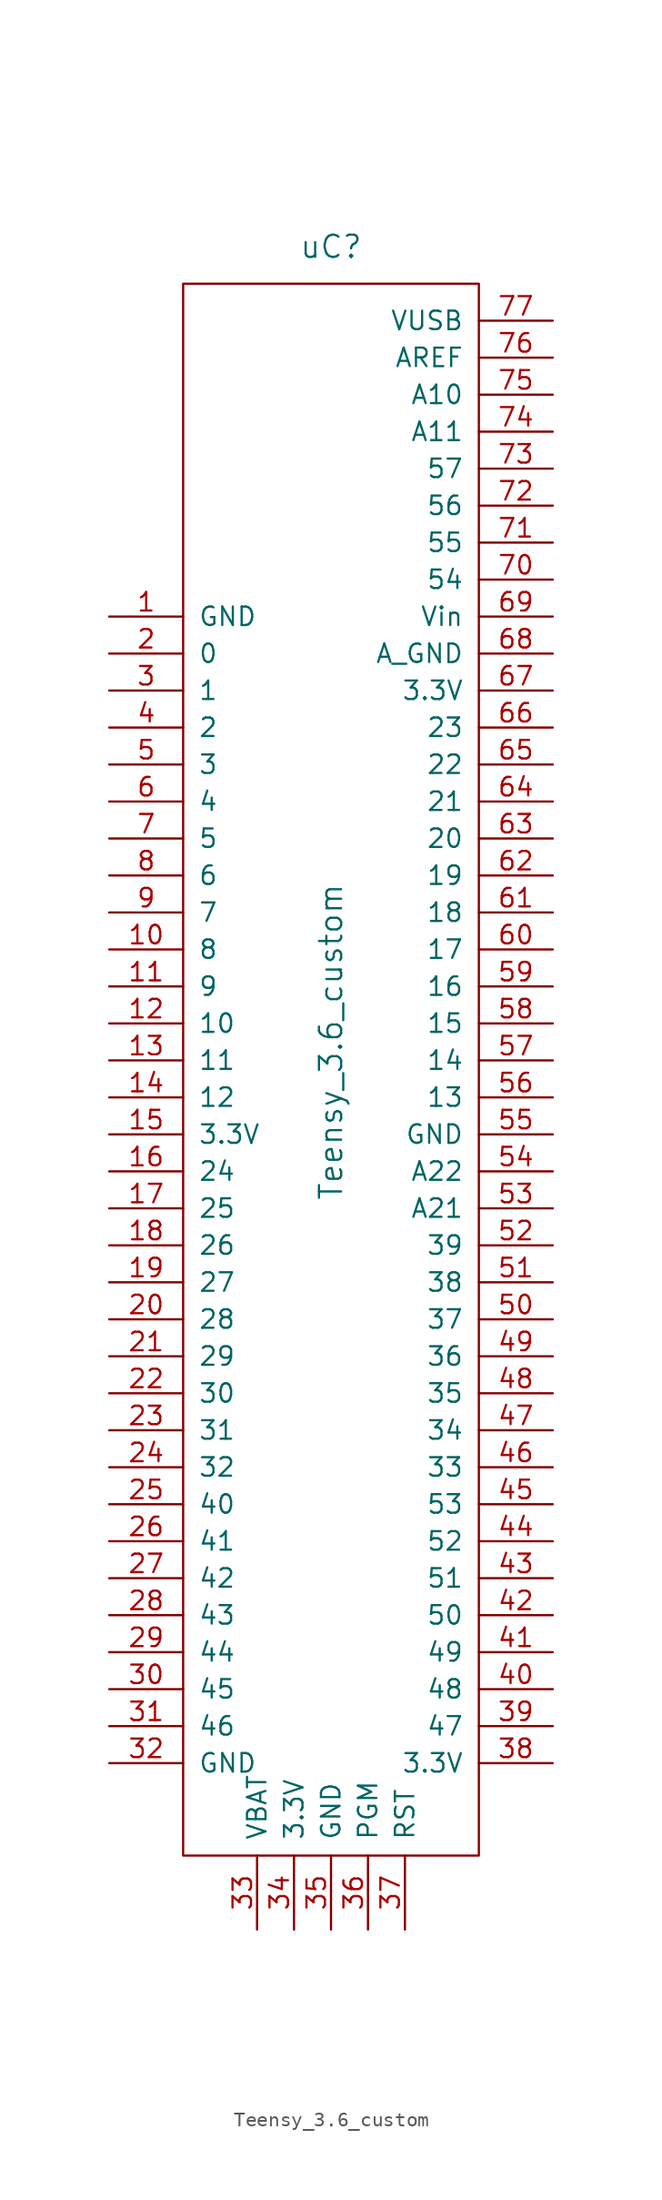
<source format=kicad_sym>
(kicad_symbol_lib
  (version 20220914)
  (generator kicad_symbol_editor)
  (symbol "Teensy_3.6_custom"
    (pin_names
      (offset 1.016))
    (property "Reference" "uC"
      (at 0 2.54 0)
      (effects (font (size 1.524 1.524))))
    (property "Value" "Teensy_3.6_custom"
      (at 0 -52.07 90)
      (effects (font (size 1.524 1.524))))
    (symbol "Teensy_3.6_custom_0_1"
      (rectangle (start 10.16 0) (end -10.16 -107.95) (stroke (width 0) (type solid)) (fill (type none))))
    (symbol "Teensy_3.6_custom_1_1"
      (pin bidirectional line (at -15.24 -22.86 0) (length 5.08) (name "GND" (effects (font (size 1.27 1.27)))) (number "1" (effects (font (size 1.27 1.27)))))
      (pin bidirectional line (at -15.24 -45.72 0) (length 5.08) (name "8" (effects (font (size 1.27 1.27)))) (number "10" (effects (font (size 1.27 1.27)))))
      (pin bidirectional line (at -15.24 -48.26 0) (length 5.08) (name "9" (effects (font (size 1.27 1.27)))) (number "11" (effects (font (size 1.27 1.27)))))
      (pin bidirectional line (at -15.24 -50.8 0) (length 5.08) (name "10" (effects (font (size 1.27 1.27)))) (number "12" (effects (font (size 1.27 1.27)))))
      (pin bidirectional line (at -15.24 -53.34 0) (length 5.08) (name "11" (effects (font (size 1.27 1.27)))) (number "13" (effects (font (size 1.27 1.27)))))
      (pin bidirectional line (at -15.24 -55.88 0) (length 5.08) (name "12" (effects (font (size 1.27 1.27)))) (number "14" (effects (font (size 1.27 1.27)))))
      (pin bidirectional line (at -15.24 -58.42 0) (length 5.08) (name "3.3V" (effects (font (size 1.27 1.27)))) (number "15" (effects (font (size 1.27 1.27)))))
      (pin bidirectional line (at -15.24 -60.96 0) (length 5.08) (name "24" (effects (font (size 1.27 1.27)))) (number "16" (effects (font (size 1.27 1.27)))))
      (pin bidirectional line (at -15.24 -63.5 0) (length 5.08) (name "25" (effects (font (size 1.27 1.27)))) (number "17" (effects (font (size 1.27 1.27)))))
      (pin bidirectional line (at -15.24 -66.04 0) (length 5.08) (name "26" (effects (font (size 1.27 1.27)))) (number "18" (effects (font (size 1.27 1.27)))))
      (pin bidirectional line (at -15.24 -68.58 0) (length 5.08) (name "27" (effects (font (size 1.27 1.27)))) (number "19" (effects (font (size 1.27 1.27)))))
      (pin bidirectional line (at -15.24 -25.4 0) (length 5.08) (name "0" (effects (font (size 1.27 1.27)))) (number "2" (effects (font (size 1.27 1.27)))))
      (pin bidirectional line (at -15.24 -71.12 0) (length 5.08) (name "28" (effects (font (size 1.27 1.27)))) (number "20" (effects (font (size 1.27 1.27)))))
      (pin bidirectional line (at -15.24 -73.66 0) (length 5.08) (name "29" (effects (font (size 1.27 1.27)))) (number "21" (effects (font (size 1.27 1.27)))))
      (pin bidirectional line (at -15.24 -76.2 0) (length 5.08) (name "30" (effects (font (size 1.27 1.27)))) (number "22" (effects (font (size 1.27 1.27)))))
      (pin bidirectional line (at -15.24 -78.74 0) (length 5.08) (name "31" (effects (font (size 1.27 1.27)))) (number "23" (effects (font (size 1.27 1.27)))))
      (pin bidirectional line (at -15.24 -81.28 0) (length 5.08) (name "32" (effects (font (size 1.27 1.27)))) (number "24" (effects (font (size 1.27 1.27)))))
      (pin bidirectional line (at -15.24 -83.82 0) (length 5.08) (name "40" (effects (font (size 1.27 1.27)))) (number "25" (effects (font (size 1.27 1.27)))))
      (pin bidirectional line (at -15.24 -86.36 0) (length 5.08) (name "41" (effects (font (size 1.27 1.27)))) (number "26" (effects (font (size 1.27 1.27)))))
      (pin bidirectional line (at -15.24 -88.9 0) (length 5.08) (name "42" (effects (font (size 1.27 1.27)))) (number "27" (effects (font (size 1.27 1.27)))))
      (pin bidirectional line (at -15.24 -91.44 0) (length 5.08) (name "43" (effects (font (size 1.27 1.27)))) (number "28" (effects (font (size 1.27 1.27)))))
      (pin bidirectional line (at -15.24 -93.98 0) (length 5.08) (name "44" (effects (font (size 1.27 1.27)))) (number "29" (effects (font (size 1.27 1.27)))))
      (pin bidirectional line (at -15.24 -27.94 0) (length 5.08) (name "1" (effects (font (size 1.27 1.27)))) (number "3" (effects (font (size 1.27 1.27)))))
      (pin bidirectional line (at -15.24 -96.52 0) (length 5.08) (name "45" (effects (font (size 1.27 1.27)))) (number "30" (effects (font (size 1.27 1.27)))))
      (pin bidirectional line (at -15.24 -99.06 0) (length 5.08) (name "46" (effects (font (size 1.27 1.27)))) (number "31" (effects (font (size 1.27 1.27)))))
      (pin bidirectional line (at -15.24 -101.6 0) (length 5.08) (name "GND" (effects (font (size 1.27 1.27)))) (number "32" (effects (font (size 1.27 1.27)))))
      (pin bidirectional line (at -5.08 -113.03 90) (length 5.08) (name "VBAT" (effects (font (size 1.27 1.27)))) (number "33" (effects (font (size 1.27 1.27)))))
      (pin bidirectional line (at -2.54 -113.03 90) (length 5.08) (name "3.3V" (effects (font (size 1.27 1.27)))) (number "34" (effects (font (size 1.27 1.27)))))
      (pin bidirectional line (at 0 -113.03 90) (length 5.08) (name "GND" (effects (font (size 1.27 1.27)))) (number "35" (effects (font (size 1.27 1.27)))))
      (pin bidirectional line (at 2.54 -113.03 90) (length 5.08) (name "PGM" (effects (font (size 1.27 1.27)))) (number "36" (effects (font (size 1.27 1.27)))))
      (pin bidirectional line (at 5.08 -113.03 90) (length 5.08) (name "RST" (effects (font (size 1.27 1.27)))) (number "37" (effects (font (size 1.27 1.27)))))
      (pin bidirectional line (at 15.24 -101.6 180) (length 5.08) (name "3.3V" (effects (font (size 1.27 1.27)))) (number "38" (effects (font (size 1.27 1.27)))))
      (pin bidirectional line (at 15.24 -99.06 180) (length 5.08) (name "47" (effects (font (size 1.27 1.27)))) (number "39" (effects (font (size 1.27 1.27)))))
      (pin bidirectional line (at -15.24 -30.48 0) (length 5.08) (name "2" (effects (font (size 1.27 1.27)))) (number "4" (effects (font (size 1.27 1.27)))))
      (pin bidirectional line (at 15.24 -96.52 180) (length 5.08) (name "48" (effects (font (size 1.27 1.27)))) (number "40" (effects (font (size 1.27 1.27)))))
      (pin bidirectional line (at 15.24 -93.98 180) (length 5.08) (name "49" (effects (font (size 1.27 1.27)))) (number "41" (effects (font (size 1.27 1.27)))))
      (pin bidirectional line (at 15.24 -91.44 180) (length 5.08) (name "50" (effects (font (size 1.27 1.27)))) (number "42" (effects (font (size 1.27 1.27)))))
      (pin bidirectional line (at 15.24 -88.9 180) (length 5.08) (name "51" (effects (font (size 1.27 1.27)))) (number "43" (effects (font (size 1.27 1.27)))))
      (pin bidirectional line (at 15.24 -86.36 180) (length 5.08) (name "52" (effects (font (size 1.27 1.27)))) (number "44" (effects (font (size 1.27 1.27)))))
      (pin bidirectional line (at 15.24 -83.82 180) (length 5.08) (name "53" (effects (font (size 1.27 1.27)))) (number "45" (effects (font (size 1.27 1.27)))))
      (pin bidirectional line (at 15.24 -81.28 180) (length 5.08) (name "33" (effects (font (size 1.27 1.27)))) (number "46" (effects (font (size 1.27 1.27)))))
      (pin bidirectional line (at 15.24 -78.74 180) (length 5.08) (name "34" (effects (font (size 1.27 1.27)))) (number "47" (effects (font (size 1.27 1.27)))))
      (pin bidirectional line (at 15.24 -76.2 180) (length 5.08) (name "35" (effects (font (size 1.27 1.27)))) (number "48" (effects (font (size 1.27 1.27)))))
      (pin bidirectional line (at 15.24 -73.66 180) (length 5.08) (name "36" (effects (font (size 1.27 1.27)))) (number "49" (effects (font (size 1.27 1.27)))))
      (pin bidirectional line (at -15.24 -33.02 0) (length 5.08) (name "3" (effects (font (size 1.27 1.27)))) (number "5" (effects (font (size 1.27 1.27)))))
      (pin bidirectional line (at 15.24 -71.12 180) (length 5.08) (name "37" (effects (font (size 1.27 1.27)))) (number "50" (effects (font (size 1.27 1.27)))))
      (pin bidirectional line (at 15.24 -68.58 180) (length 5.08) (name "38" (effects (font (size 1.27 1.27)))) (number "51" (effects (font (size 1.27 1.27)))))
      (pin bidirectional line (at 15.24 -66.04 180) (length 5.08) (name "39" (effects (font (size 1.27 1.27)))) (number "52" (effects (font (size 1.27 1.27)))))
      (pin bidirectional line (at 15.24 -63.5 180) (length 5.08) (name "A21" (effects (font (size 1.27 1.27)))) (number "53" (effects (font (size 1.27 1.27)))))
      (pin bidirectional line (at 15.24 -60.96 180) (length 5.08) (name "A22" (effects (font (size 1.27 1.27)))) (number "54" (effects (font (size 1.27 1.27)))))
      (pin bidirectional line (at 15.24 -58.42 180) (length 5.08) (name "GND" (effects (font (size 1.27 1.27)))) (number "55" (effects (font (size 1.27 1.27)))))
      (pin bidirectional line (at 15.24 -55.88 180) (length 5.08) (name "13" (effects (font (size 1.27 1.27)))) (number "56" (effects (font (size 1.27 1.27)))))
      (pin bidirectional line (at 15.24 -53.34 180) (length 5.08) (name "14" (effects (font (size 1.27 1.27)))) (number "57" (effects (font (size 1.27 1.27)))))
      (pin bidirectional line (at 15.24 -50.8 180) (length 5.08) (name "15" (effects (font (size 1.27 1.27)))) (number "58" (effects (font (size 1.27 1.27)))))
      (pin bidirectional line (at 15.24 -48.26 180) (length 5.08) (name "16" (effects (font (size 1.27 1.27)))) (number "59" (effects (font (size 1.27 1.27)))))
      (pin bidirectional line (at -15.24 -35.56 0) (length 5.08) (name "4" (effects (font (size 1.27 1.27)))) (number "6" (effects (font (size 1.27 1.27)))))
      (pin bidirectional line (at 15.24 -45.72 180) (length 5.08) (name "17" (effects (font (size 1.27 1.27)))) (number "60" (effects (font (size 1.27 1.27)))))
      (pin bidirectional line (at 15.24 -43.18 180) (length 5.08) (name "18" (effects (font (size 1.27 1.27)))) (number "61" (effects (font (size 1.27 1.27)))))
      (pin bidirectional line (at 15.24 -40.64 180) (length 5.08) (name "19" (effects (font (size 1.27 1.27)))) (number "62" (effects (font (size 1.27 1.27)))))
      (pin bidirectional line (at 15.24 -38.1 180) (length 5.08) (name "20" (effects (font (size 1.27 1.27)))) (number "63" (effects (font (size 1.27 1.27)))))
      (pin bidirectional line (at 15.24 -35.56 180) (length 5.08) (name "21" (effects (font (size 1.27 1.27)))) (number "64" (effects (font (size 1.27 1.27)))))
      (pin bidirectional line (at 15.24 -33.02 180) (length 5.08) (name "22" (effects (font (size 1.27 1.27)))) (number "65" (effects (font (size 1.27 1.27)))))
      (pin bidirectional line (at 15.24 -30.48 180) (length 5.08) (name "23" (effects (font (size 1.27 1.27)))) (number "66" (effects (font (size 1.27 1.27)))))
      (pin bidirectional line (at 15.24 -27.94 180) (length 5.08) (name "3.3V" (effects (font (size 1.27 1.27)))) (number "67" (effects (font (size 1.27 1.27)))))
      (pin bidirectional line (at 15.24 -25.4 180) (length 5.08) (name "A_GND" (effects (font (size 1.27 1.27)))) (number "68" (effects (font (size 1.27 1.27)))))
      (pin bidirectional line (at 15.24 -22.86 180) (length 5.08) (name "Vin" (effects (font (size 1.27 1.27)))) (number "69" (effects (font (size 1.27 1.27)))))
      (pin bidirectional line (at -15.24 -38.1 0) (length 5.08) (name "5" (effects (font (size 1.27 1.27)))) (number "7" (effects (font (size 1.27 1.27)))))
      (pin bidirectional line (at 15.24 -20.32 180) (length 5.08) (name "54" (effects (font (size 1.27 1.27)))) (number "70" (effects (font (size 1.27 1.27)))))
      (pin bidirectional line (at 15.24 -17.78 180) (length 5.08) (name "55" (effects (font (size 1.27 1.27)))) (number "71" (effects (font (size 1.27 1.27)))))
      (pin bidirectional line (at 15.24 -15.24 180) (length 5.08) (name "56" (effects (font (size 1.27 1.27)))) (number "72" (effects (font (size 1.27 1.27)))))
      (pin bidirectional line (at 15.24 -12.7 180) (length 5.08) (name "57" (effects (font (size 1.27 1.27)))) (number "73" (effects (font (size 1.27 1.27)))))
      (pin bidirectional line (at 15.24 -10.16 180) (length 5.08) (name "A11" (effects (font (size 1.27 1.27)))) (number "74" (effects (font (size 1.27 1.27)))))
      (pin bidirectional line (at 15.24 -7.62 180) (length 5.08) (name "A10" (effects (font (size 1.27 1.27)))) (number "75" (effects (font (size 1.27 1.27)))))
      (pin bidirectional line (at 15.24 -5.08 180) (length 5.08) (name "AREF" (effects (font (size 1.27 1.27)))) (number "76" (effects (font (size 1.27 1.27)))))
      (pin bidirectional line (at 15.24 -2.54 180) (length 5.08) (name "VUSB" (effects (font (size 1.27 1.27)))) (number "77" (effects (font (size 1.27 1.27)))))
      (pin bidirectional line (at -15.24 -40.64 0) (length 5.08) (name "6" (effects (font (size 1.27 1.27)))) (number "8" (effects (font (size 1.27 1.27)))))
      (pin bidirectional line (at -15.24 -43.18 0) (length 5.08) (name "7" (effects (font (size 1.27 1.27)))) (number "9" (effects (font (size 1.27 1.27))))))))
</source>
